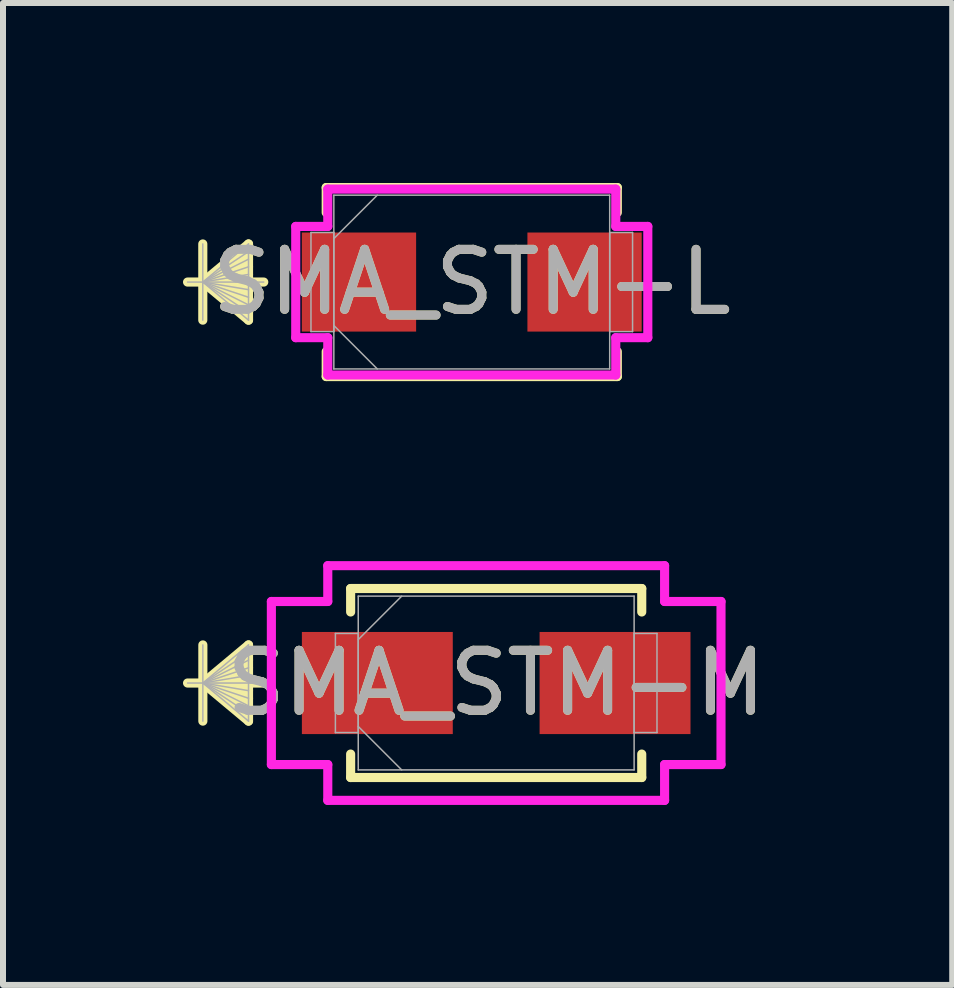
<source format=kicad_pcb>
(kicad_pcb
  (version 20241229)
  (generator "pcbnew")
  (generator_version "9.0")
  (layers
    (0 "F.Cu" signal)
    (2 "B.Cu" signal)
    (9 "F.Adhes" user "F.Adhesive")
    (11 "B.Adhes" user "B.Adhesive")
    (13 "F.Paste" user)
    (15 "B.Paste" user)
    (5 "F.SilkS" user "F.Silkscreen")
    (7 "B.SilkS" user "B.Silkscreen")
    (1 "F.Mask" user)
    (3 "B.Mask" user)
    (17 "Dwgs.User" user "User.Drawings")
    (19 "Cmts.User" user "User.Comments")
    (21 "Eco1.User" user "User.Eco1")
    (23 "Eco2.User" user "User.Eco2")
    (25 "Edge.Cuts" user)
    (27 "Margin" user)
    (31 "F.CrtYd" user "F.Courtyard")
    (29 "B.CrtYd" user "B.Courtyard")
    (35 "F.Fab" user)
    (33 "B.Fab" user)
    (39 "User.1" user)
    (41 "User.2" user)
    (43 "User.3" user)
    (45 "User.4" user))
  (footprint "SMA_STM-L"
    (layer "F.Cu")
    (at 4.813 1.651)
    (property "Reference" "SMA_STM-L" (at 0 0 0) (unlocked yes) (layer "F.SilkS") (effects (font (size 1 1) (thickness 0.15))))
    (attr smd)
    (fp_line (start -4.483 -0.635) (end -4.483 0.635) (stroke (width 0.152) (type solid)) (layer "F.SilkS"))
    (fp_line (start -4.483 0) (end -3.721 -0.635) (stroke (width 0.152) (type solid)) (layer "F.SilkS"))
    (fp_line (start -4.483 0) (end -3.721 -0.508) (stroke (width 0.152) (type solid)) (layer "F.SilkS"))
    (fp_line (start -4.483 0) (end -3.721 -0.381) (stroke (width 0.152) (type solid)) (layer "F.SilkS"))
    (fp_line (start -4.483 0) (end -3.721 -0.254) (stroke (width 0.152) (type solid)) (layer "F.SilkS"))
    (fp_line (start -4.483 0) (end -3.721 -0.127) (stroke (width 0.152) (type solid)) (layer "F.SilkS"))
    (fp_line (start -4.483 0) (end -3.721 0.127) (stroke (width 0.152) (type solid)) (layer "F.SilkS"))
    (fp_line (start -4.483 0) (end -3.721 0.254) (stroke (width 0.152) (type solid)) (layer "F.SilkS"))
    (fp_line (start -4.483 0) (end -3.721 0.381) (stroke (width 0.152) (type solid)) (layer "F.SilkS"))
    (fp_line (start -4.483 0) (end -3.721 0.508) (stroke (width 0.152) (type solid)) (layer "F.SilkS"))
    (fp_line (start -4.483 0) (end -3.721 0.635) (stroke (width 0.152) (type solid)) (layer "F.SilkS"))
    (fp_line (start -3.721 -0.635) (end -3.721 0.635) (stroke (width 0.152) (type solid)) (layer "F.SilkS"))
    (fp_line (start -3.467 0) (end -4.737 0) (stroke (width 0.152) (type solid)) (layer "F.SilkS"))
    (fp_line (start -2.426 -1.575) (end -2.426 -1.158) (stroke (width 0.152) (type solid)) (layer "F.SilkS"))
    (fp_line (start -2.426 1.158) (end -2.426 1.575) (stroke (width 0.152) (type solid)) (layer "F.SilkS"))
    (fp_line (start -2.426 1.575) (end 2.426 1.575) (stroke (width 0.152) (type solid)) (layer "F.SilkS"))
    (fp_line (start 2.426 -1.575) (end -2.426 -1.575) (stroke (width 0.152) (type solid)) (layer "F.SilkS"))
    (fp_line (start 2.426 -1.158) (end 2.426 -1.575) (stroke (width 0.152) (type solid)) (layer "F.SilkS"))
    (fp_line (start 2.426 1.575) (end 2.426 1.158) (stroke (width 0.152) (type solid)) (layer "F.SilkS"))
    (fp_line (start -2.934 -0.927) (end -2.4 -0.927) (stroke (width 0.152) (type solid)) (layer "F.CrtYd"))
    (fp_line (start -2.934 0.927) (end -2.934 -0.927) (stroke (width 0.152) (type solid)) (layer "F.CrtYd"))
    (fp_line (start -2.4 -1.549) (end 2.4 -1.549) (stroke (width 0.152) (type solid)) (layer "F.CrtYd"))
    (fp_line (start -2.4 -0.927) (end -2.4 -1.549) (stroke (width 0.152) (type solid)) (layer "F.CrtYd"))
    (fp_line (start -2.4 0.927) (end -2.934 0.927) (stroke (width 0.152) (type solid)) (layer "F.CrtYd"))
    (fp_line (start -2.4 1.549) (end -2.4 0.927) (stroke (width 0.152) (type solid)) (layer "F.CrtYd"))
    (fp_line (start 2.4 -1.549) (end 2.4 -0.927) (stroke (width 0.152) (type solid)) (layer "F.CrtYd"))
    (fp_line (start 2.4 -0.927) (end 2.934 -0.927) (stroke (width 0.152) (type solid)) (layer "F.CrtYd"))
    (fp_line (start 2.4 0.927) (end 2.4 1.549) (stroke (width 0.152) (type solid)) (layer "F.CrtYd"))
    (fp_line (start 2.4 1.549) (end -2.4 1.549) (stroke (width 0.152) (type solid)) (layer "F.CrtYd"))
    (fp_line (start 2.934 -0.927) (end 2.934 0.927) (stroke (width 0.152) (type solid)) (layer "F.CrtYd"))
    (fp_line (start 2.934 0.927) (end 2.4 0.927) (stroke (width 0.152) (type solid)) (layer "F.CrtYd"))
    (fp_line (start -4.483 -0.635) (end -4.483 0.635) (stroke (width 0.025) (type solid)) (layer "F.Fab"))
    (fp_line (start -4.483 0) (end -3.721 -0.635) (stroke (width 0.025) (type solid)) (layer "F.Fab"))
    (fp_line (start -4.483 0) (end -3.721 -0.508) (stroke (width 0.025) (type solid)) (layer "F.Fab"))
    (fp_line (start -4.483 0) (end -3.721 -0.381) (stroke (width 0.025) (type solid)) (layer "F.Fab"))
    (fp_line (start -4.483 0) (end -3.721 -0.254) (stroke (width 0.025) (type solid)) (layer "F.Fab"))
    (fp_line (start -4.483 0) (end -3.721 -0.127) (stroke (width 0.025) (type solid)) (layer "F.Fab"))
    (fp_line (start -4.483 0) (end -3.721 0.127) (stroke (width 0.025) (type solid)) (layer "F.Fab"))
    (fp_line (start -4.483 0) (end -3.721 0.254) (stroke (width 0.025) (type solid)) (layer "F.Fab"))
    (fp_line (start -4.483 0) (end -3.721 0.381) (stroke (width 0.025) (type solid)) (layer "F.Fab"))
    (fp_line (start -4.483 0) (end -3.721 0.508) (stroke (width 0.025) (type solid)) (layer "F.Fab"))
    (fp_line (start -4.483 0) (end -3.721 0.635) (stroke (width 0.025) (type solid)) (layer "F.Fab"))
    (fp_line (start -3.721 -0.635) (end -3.721 0.635) (stroke (width 0.025) (type solid)) (layer "F.Fab"))
    (fp_line (start -3.467 0) (end -4.737 0) (stroke (width 0.025) (type solid)) (layer "F.Fab"))
    (fp_line (start -2.68 -0.826) (end -2.68 0.826) (stroke (width 0.025) (type solid)) (layer "F.Fab"))
    (fp_line (start -2.68 0.826) (end -2.299 0.826) (stroke (width 0.025) (type solid)) (layer "F.Fab"))
    (fp_line (start -2.299 -1.448) (end -2.299 1.448) (stroke (width 0.025) (type solid)) (layer "F.Fab"))
    (fp_line (start -2.299 -0.826) (end -2.68 -0.826) (stroke (width 0.025) (type solid)) (layer "F.Fab"))
    (fp_line (start -2.299 -0.724) (end -1.575 -1.448) (stroke (width 0.025) (type solid)) (layer "F.Fab"))
    (fp_line (start -2.299 0.724) (end -1.575 1.448) (stroke (width 0.025) (type solid)) (layer "F.Fab"))
    (fp_line (start -2.299 0.826) (end -2.299 -0.826) (stroke (width 0.025) (type solid)) (layer "F.Fab"))
    (fp_line (start -2.299 1.448) (end 2.299 1.448) (stroke (width 0.025) (type solid)) (layer "F.Fab"))
    (fp_line (start 2.299 -1.448) (end -2.299 -1.448) (stroke (width 0.025) (type solid)) (layer "F.Fab"))
    (fp_line (start 2.299 -0.826) (end 2.299 0.826) (stroke (width 0.025) (type solid)) (layer "F.Fab"))
    (fp_line (start 2.299 0.826) (end 2.68 0.826) (stroke (width 0.025) (type solid)) (layer "F.Fab"))
    (fp_line (start 2.299 1.448) (end 2.299 -1.448) (stroke (width 0.025) (type solid)) (layer "F.Fab"))
    (fp_line (start 2.68 -0.826) (end 2.299 -0.826) (stroke (width 0.025) (type solid)) (layer "F.Fab"))
    (fp_line (start 2.68 0.826) (end 2.68 -0.826) (stroke (width 0.025) (type solid)) (layer "F.Fab"))
    (fp_text user "${REFERENCE}" (at 0 0 0) (unlocked yes) (layer "F.Fab") (effects (font (size 1 1) (thickness 0.15))))
    (pad "1" smd rect (at -1.88 0) (size 1.905 1.651) (layers "F.Cu" "F.Mask" "F.Paste"))
    (pad "2" smd rect (at 1.88 0) (size 1.905 1.651) (layers "F.Cu" "F.Mask" "F.Paste"))
    (zone (net_name "") (layer "F.Cu") (hatch full 0.508) (connect_pads) (min_thickness 0.254) (filled_areas_thickness no) (keepout (tracks not_allowed) (vias not_allowed) (pads allowed) (copperpour not_allowed) (footprints allowed)) (placement (enabled no)) (fill) (polygon (pts (xy 3.937 0.254) (xy 5.69 0.254) (xy 5.69 3.048) (xy 3.937 3.048)))))
  (footprint "SMA_STM-M"
    (layer "F.Cu")
    (at 5.22 8.334)
    (property "Reference" "SMA_STM-M" (at 0 0 0) (unlocked yes) (layer "F.SilkS") (effects (font (size 1 1) (thickness 0.15))))
    (attr smd)
    (fp_line (start -4.889 -0.635) (end -4.889 0.635) (stroke (width 0.152) (type solid)) (layer "F.SilkS"))
    (fp_line (start -4.889 0) (end -4.128 -0.635) (stroke (width 0.152) (type solid)) (layer "F.SilkS"))
    (fp_line (start -4.889 0) (end -4.128 -0.508) (stroke (width 0.152) (type solid)) (layer "F.SilkS"))
    (fp_line (start -4.889 0) (end -4.128 -0.381) (stroke (width 0.152) (type solid)) (layer "F.SilkS"))
    (fp_line (start -4.889 0) (end -4.128 -0.254) (stroke (width 0.152) (type solid)) (layer "F.SilkS"))
    (fp_line (start -4.889 0) (end -4.128 -0.127) (stroke (width 0.152) (type solid)) (layer "F.SilkS"))
    (fp_line (start -4.889 0) (end -4.128 0.127) (stroke (width 0.152) (type solid)) (layer "F.SilkS"))
    (fp_line (start -4.889 0) (end -4.128 0.254) (stroke (width 0.152) (type solid)) (layer "F.SilkS"))
    (fp_line (start -4.889 0) (end -4.128 0.381) (stroke (width 0.152) (type solid)) (layer "F.SilkS"))
    (fp_line (start -4.889 0) (end -4.128 0.508) (stroke (width 0.152) (type solid)) (layer "F.SilkS"))
    (fp_line (start -4.889 0) (end -4.128 0.635) (stroke (width 0.152) (type solid)) (layer "F.SilkS"))
    (fp_line (start -4.128 -0.635) (end -4.128 0.635) (stroke (width 0.152) (type solid)) (layer "F.SilkS"))
    (fp_line (start -3.873 0) (end -5.144 0) (stroke (width 0.152) (type solid)) (layer "F.SilkS"))
    (fp_line (start -2.426 -1.575) (end -2.426 -1.184) (stroke (width 0.152) (type solid)) (layer "F.SilkS"))
    (fp_line (start -2.426 1.184) (end -2.426 1.575) (stroke (width 0.152) (type solid)) (layer "F.SilkS"))
    (fp_line (start -2.426 1.575) (end 2.426 1.575) (stroke (width 0.152) (type solid)) (layer "F.SilkS"))
    (fp_line (start 2.426 -1.575) (end -2.426 -1.575) (stroke (width 0.152) (type solid)) (layer "F.SilkS"))
    (fp_line (start 2.426 -1.184) (end 2.426 -1.575) (stroke (width 0.152) (type solid)) (layer "F.SilkS"))
    (fp_line (start 2.426 1.575) (end 2.426 1.184) (stroke (width 0.152) (type solid)) (layer "F.SilkS"))
    (fp_line (start -3.747 -1.359) (end -2.807 -1.359) (stroke (width 0.152) (type solid)) (layer "F.CrtYd"))
    (fp_line (start -3.747 1.359) (end -3.747 -1.359) (stroke (width 0.152) (type solid)) (layer "F.CrtYd"))
    (fp_line (start -2.807 -1.956) (end 2.807 -1.956) (stroke (width 0.152) (type solid)) (layer "F.CrtYd"))
    (fp_line (start -2.807 -1.359) (end -2.807 -1.956) (stroke (width 0.152) (type solid)) (layer "F.CrtYd"))
    (fp_line (start -2.807 1.359) (end -3.747 1.359) (stroke (width 0.152) (type solid)) (layer "F.CrtYd"))
    (fp_line (start -2.807 1.956) (end -2.807 1.359) (stroke (width 0.152) (type solid)) (layer "F.CrtYd"))
    (fp_line (start 2.807 -1.956) (end 2.807 -1.359) (stroke (width 0.152) (type solid)) (layer "F.CrtYd"))
    (fp_line (start 2.807 -1.359) (end 3.747 -1.359) (stroke (width 0.152) (type solid)) (layer "F.CrtYd"))
    (fp_line (start 2.807 1.359) (end 2.807 1.956) (stroke (width 0.152) (type solid)) (layer "F.CrtYd"))
    (fp_line (start 2.807 1.956) (end -2.807 1.956) (stroke (width 0.152) (type solid)) (layer "F.CrtYd"))
    (fp_line (start 3.747 -1.359) (end 3.747 1.359) (stroke (width 0.152) (type solid)) (layer "F.CrtYd"))
    (fp_line (start 3.747 1.359) (end 2.807 1.359) (stroke (width 0.152) (type solid)) (layer "F.CrtYd"))
    (fp_line (start -4.889 -0.635) (end -4.889 0.635) (stroke (width 0.025) (type solid)) (layer "F.Fab"))
    (fp_line (start -4.889 0) (end -4.128 -0.635) (stroke (width 0.025) (type solid)) (layer "F.Fab"))
    (fp_line (start -4.889 0) (end -4.128 -0.508) (stroke (width 0.025) (type solid)) (layer "F.Fab"))
    (fp_line (start -4.889 0) (end -4.128 -0.381) (stroke (width 0.025) (type solid)) (layer "F.Fab"))
    (fp_line (start -4.889 0) (end -4.128 -0.254) (stroke (width 0.025) (type solid)) (layer "F.Fab"))
    (fp_line (start -4.889 0) (end -4.128 -0.127) (stroke (width 0.025) (type solid)) (layer "F.Fab"))
    (fp_line (start -4.889 0) (end -4.128 0.127) (stroke (width 0.025) (type solid)) (layer "F.Fab"))
    (fp_line (start -4.889 0) (end -4.128 0.254) (stroke (width 0.025) (type solid)) (layer "F.Fab"))
    (fp_line (start -4.889 0) (end -4.128 0.381) (stroke (width 0.025) (type solid)) (layer "F.Fab"))
    (fp_line (start -4.889 0) (end -4.128 0.508) (stroke (width 0.025) (type solid)) (layer "F.Fab"))
    (fp_line (start -4.889 0) (end -4.128 0.635) (stroke (width 0.025) (type solid)) (layer "F.Fab"))
    (fp_line (start -4.128 -0.635) (end -4.128 0.635) (stroke (width 0.025) (type solid)) (layer "F.Fab"))
    (fp_line (start -3.873 0) (end -5.144 0) (stroke (width 0.025) (type solid)) (layer "F.Fab"))
    (fp_line (start -2.68 -0.826) (end -2.68 0.826) (stroke (width 0.025) (type solid)) (layer "F.Fab"))
    (fp_line (start -2.68 0.826) (end -2.299 0.826) (stroke (width 0.025) (type solid)) (layer "F.Fab"))
    (fp_line (start -2.299 -1.448) (end -2.299 1.448) (stroke (width 0.025) (type solid)) (layer "F.Fab"))
    (fp_line (start -2.299 -0.826) (end -2.68 -0.826) (stroke (width 0.025) (type solid)) (layer "F.Fab"))
    (fp_line (start -2.299 -0.724) (end -1.575 -1.448) (stroke (width 0.025) (type solid)) (layer "F.Fab"))
    (fp_line (start -2.299 0.724) (end -1.575 1.448) (stroke (width 0.025) (type solid)) (layer "F.Fab"))
    (fp_line (start -2.299 0.826) (end -2.299 -0.826) (stroke (width 0.025) (type solid)) (layer "F.Fab"))
    (fp_line (start -2.299 1.448) (end 2.299 1.448) (stroke (width 0.025) (type solid)) (layer "F.Fab"))
    (fp_line (start 2.299 -1.448) (end -2.299 -1.448) (stroke (width 0.025) (type solid)) (layer "F.Fab"))
    (fp_line (start 2.299 -0.826) (end 2.299 0.826) (stroke (width 0.025) (type solid)) (layer "F.Fab"))
    (fp_line (start 2.299 0.826) (end 2.68 0.826) (stroke (width 0.025) (type solid)) (layer "F.Fab"))
    (fp_line (start 2.299 1.448) (end 2.299 -1.448) (stroke (width 0.025) (type solid)) (layer "F.Fab"))
    (fp_line (start 2.68 -0.826) (end 2.299 -0.826) (stroke (width 0.025) (type solid)) (layer "F.Fab"))
    (fp_line (start 2.68 0.826) (end 2.68 -0.826) (stroke (width 0.025) (type solid)) (layer "F.Fab"))
    (fp_text user "${REFERENCE}" (at 0 0 0) (unlocked yes) (layer "F.Fab") (effects (font (size 1 1) (thickness 0.15))))
    (pad "1" smd rect (at -1.981 0) (size 2.515 1.702) (layers "F.Cu" "F.Mask" "F.Paste"))
    (pad "2" smd rect (at 1.981 0) (size 2.515 1.702) (layers "F.Cu" "F.Mask" "F.Paste"))
    (zone (net_name "") (layer "F.Cu") (hatch full 0.508) (connect_pads) (min_thickness 0.254) (filled_areas_thickness no) (keepout (tracks not_allowed) (vias not_allowed) (pads allowed) (copperpour not_allowed) (footprints allowed)) (placement (enabled no)) (fill) (polygon (pts (xy 4.547 6.937) (xy 5.893 6.937) (xy 5.893 9.731) (xy 4.547 9.731)))))
  (gr_rect
    (start -3 -3)
    (end 12.821 13.366)
    (stroke (width 0.1) (type default))
    (fill no)
    (layer "Edge.Cuts")))
</source>
